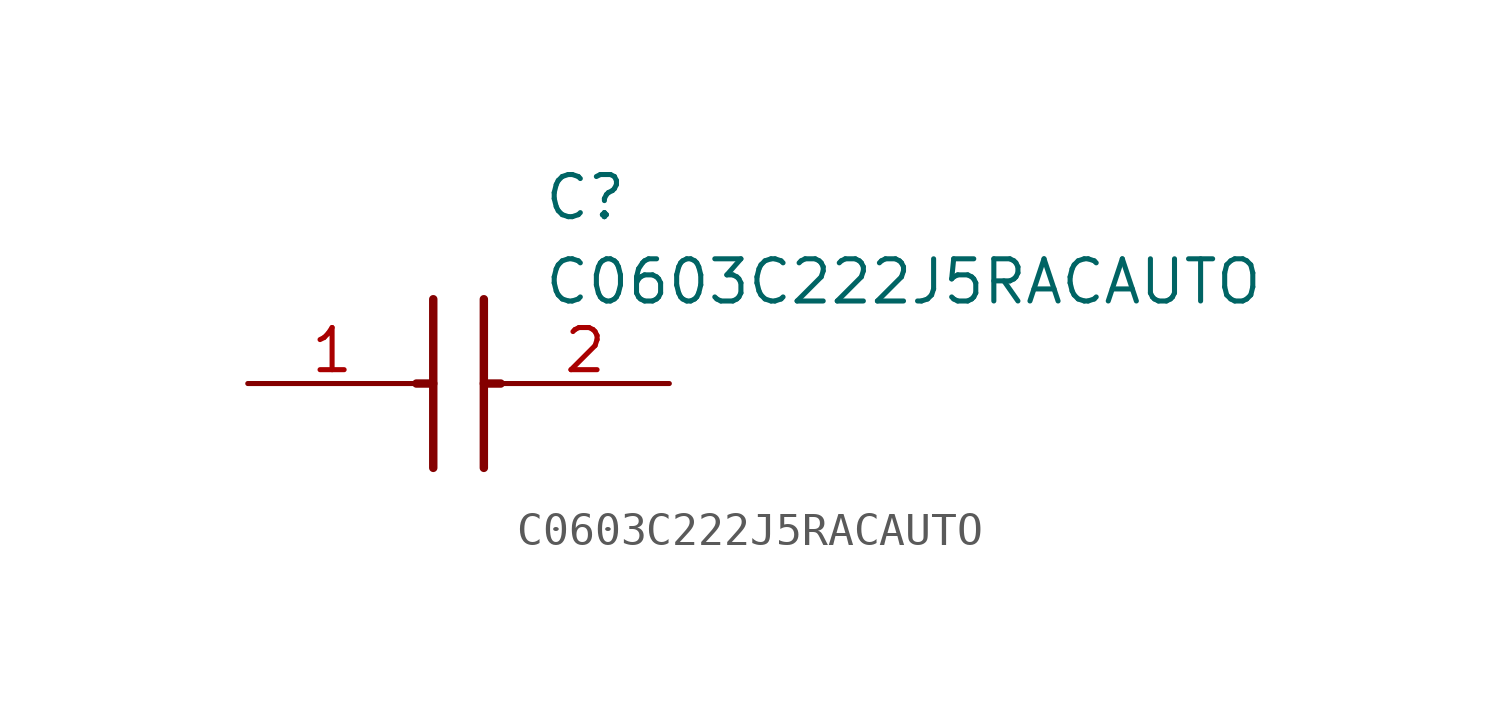
<source format=kicad_sym>
(kicad_symbol_lib
  (version 20211014)
  (generator SamacSys_ECAD_Model)
  (symbol "C0603C222J5RACAUTO"
    (pin_names hide)
    (property "Reference" "C"
      (at 8.89 6.35 0)
      (effects (font (size 1.27 1.27)) (justify left top)))
    (property "Value" "C0603C222J5RACAUTO"
      (at 8.89 3.81 0)
      (effects (font (size 1.27 1.27)) (justify left top)))
    (polyline
      (pts (xy 5.588 2.54) (xy 5.588 -2.54))
      (stroke (width 0.254) (type default))
      (fill (type none)))
    (polyline
      (pts (xy 7.112 2.54) (xy 7.112 -2.54))
      (stroke (width 0.254) (type default))
      (fill (type none)))
    (polyline
      (pts (xy 5.08 0) (xy 5.588 0))
      (stroke (width 0.254) (type default))
      (fill (type none)))
    (polyline
      (pts (xy 7.112 0) (xy 7.62 0))
      (stroke (width 0.254) (type default))
      (fill (type none)))
    (pin passive line
      (at 0 0 0)
      (length 5.08)
      (name "1" (effects (font (size 1.27 1.27))))
      (number "1" (effects (font (size 1.27 1.27)))))
    (pin passive line
      (at 12.7 0 180)
      (length 5.08)
      (name "2" (effects (font (size 1.27 1.27))))
      (number "2" (effects (font (size 1.27 1.27)))))))
</source>
